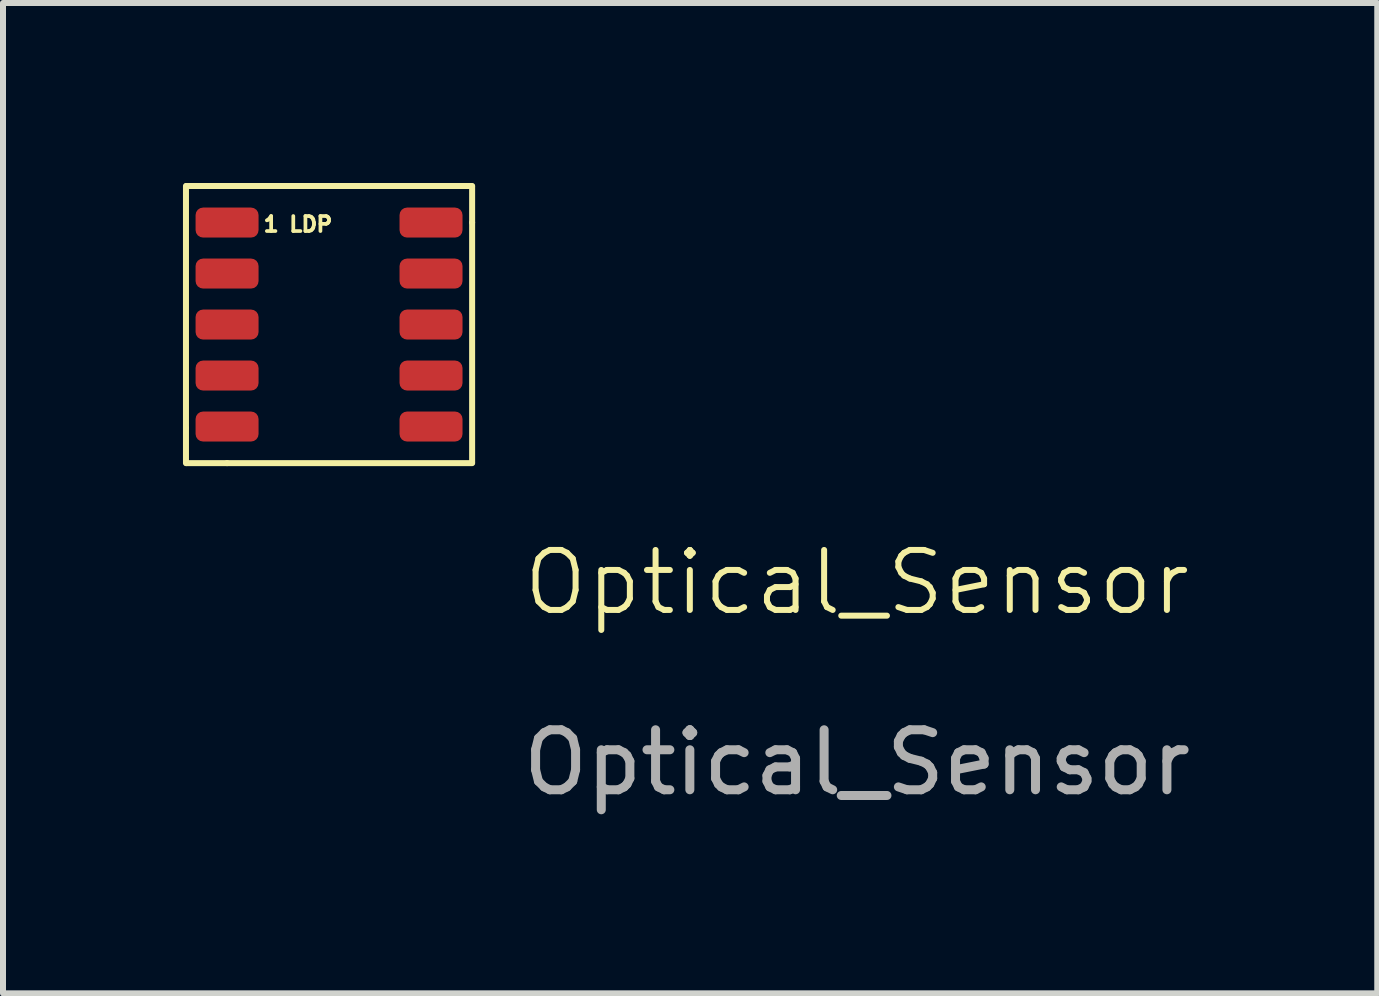
<source format=kicad_pcb>
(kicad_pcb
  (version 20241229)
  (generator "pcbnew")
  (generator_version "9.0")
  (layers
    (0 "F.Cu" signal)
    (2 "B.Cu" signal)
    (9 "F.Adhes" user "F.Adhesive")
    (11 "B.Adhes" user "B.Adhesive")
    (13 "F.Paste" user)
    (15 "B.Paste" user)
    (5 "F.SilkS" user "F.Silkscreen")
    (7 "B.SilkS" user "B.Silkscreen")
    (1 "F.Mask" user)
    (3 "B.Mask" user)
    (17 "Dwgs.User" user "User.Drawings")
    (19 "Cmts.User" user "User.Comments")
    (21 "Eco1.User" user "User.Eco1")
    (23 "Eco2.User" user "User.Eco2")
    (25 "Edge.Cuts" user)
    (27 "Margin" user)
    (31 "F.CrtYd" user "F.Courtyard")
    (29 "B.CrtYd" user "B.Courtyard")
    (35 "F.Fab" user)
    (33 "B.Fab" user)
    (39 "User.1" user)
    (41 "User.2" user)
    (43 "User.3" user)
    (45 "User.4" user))
  (footprint "Optical_Sensor"
    (layer "F.Cu")
    (at 11.235 7.16)
    (property "Reference" "Optical_Sensor" (at 0 -0.5 0) (unlocked yes) (layer "F.SilkS") (effects (font (size 1 1) (thickness 0.1))))
    (attr smd)
    (fp_line (start -11.185 -3.075) (end -11.185 -7.11) (stroke (width 0.1) (type default)) (layer "F.SilkS"))
    (fp_line (start -11.185 -3.075) (end -11.185 -2.49) (stroke (width 0.1) (type default)) (layer "F.SilkS"))
    (fp_line (start -10.5 -2.49) (end -11.175 -2.49) (stroke (width 0.1) (type default)) (layer "F.SilkS"))
    (fp_line (start -10.5 -2.49) (end -6.415 -2.49) (stroke (width 0.1) (type default)) (layer "F.SilkS"))
    (fp_line (start -7.075 -7.11) (end -11.175 -7.11) (stroke (width 0.1) (type default)) (layer "F.SilkS"))
    (fp_line (start -7.075 -7.11) (end -6.415 -7.11) (stroke (width 0.1) (type default)) (layer "F.SilkS"))
    (fp_line (start -6.415 -6.5) (end -6.415 -7.1) (stroke (width 0.1) (type default)) (layer "F.SilkS"))
    (fp_line (start -6.415 -6.5) (end -6.415 -2.5) (stroke (width 0.1) (type default)) (layer "F.SilkS"))
    (fp_text user "1 LDP" (at -9.925 -6.325 0) (unlocked yes) (layer "F.SilkS") (effects (font (size 0.25 0.25) (thickness 0.062)) (justify left bottom)))
    (fp_text user "${REFERENCE}" (at 0 2.5 0) (unlocked yes) (layer "F.Fab") (effects (font (size 1 1) (thickness 0.15))))
    (pad "1" smd roundrect (at -10.5 -6.5 90) (size 0.5 1.05) (layers "F.Cu" "F.Mask" "F.Paste") (roundrect_rratio 0.25))
    (pad "2" smd roundrect (at -10.5 -5.65 90) (size 0.5 1.05) (layers "F.Cu" "F.Mask" "F.Paste") (roundrect_rratio 0.25))
    (pad "3" smd roundrect (at -10.5 -4.8 90) (size 0.5 1.05) (layers "F.Cu" "F.Mask" "F.Paste") (roundrect_rratio 0.25))
    (pad "4" smd roundrect (at -10.5 -3.95 90) (size 0.5 1.05) (layers "F.Cu" "F.Mask" "F.Paste") (roundrect_rratio 0.25))
    (pad "5" smd roundrect (at -10.5 -3.1 90) (size 0.5 1.05) (layers "F.Cu" "F.Mask" "F.Paste") (roundrect_rratio 0.25))
    (pad "6" smd roundrect (at -7.1 -3.1 90) (size 0.5 1.05) (layers "F.Cu" "F.Mask" "F.Paste") (roundrect_rratio 0.25))
    (pad "7" smd roundrect (at -7.1 -3.95 90) (size 0.5 1.05) (layers "F.Cu" "F.Mask" "F.Paste") (roundrect_rratio 0.25))
    (pad "8" smd roundrect (at -7.1 -4.8 90) (size 0.5 1.05) (layers "F.Cu" "F.Mask" "F.Paste") (roundrect_rratio 0.25))
    (pad "9" smd roundrect (at -7.1 -5.65 90) (size 0.5 1.05) (layers "F.Cu" "F.Mask" "F.Paste") (roundrect_rratio 0.25))
    (pad "10" smd roundrect (at -7.1 -6.5 90) (size 0.5 1.05) (layers "F.Cu" "F.Mask" "F.Paste") (roundrect_rratio 0.25)))
  (gr_rect
    (start -3 -3)
    (end 19.908 13.508)
    (stroke (width 0.1) (type default))
    (fill no)
    (layer "Edge.Cuts")))
</source>
